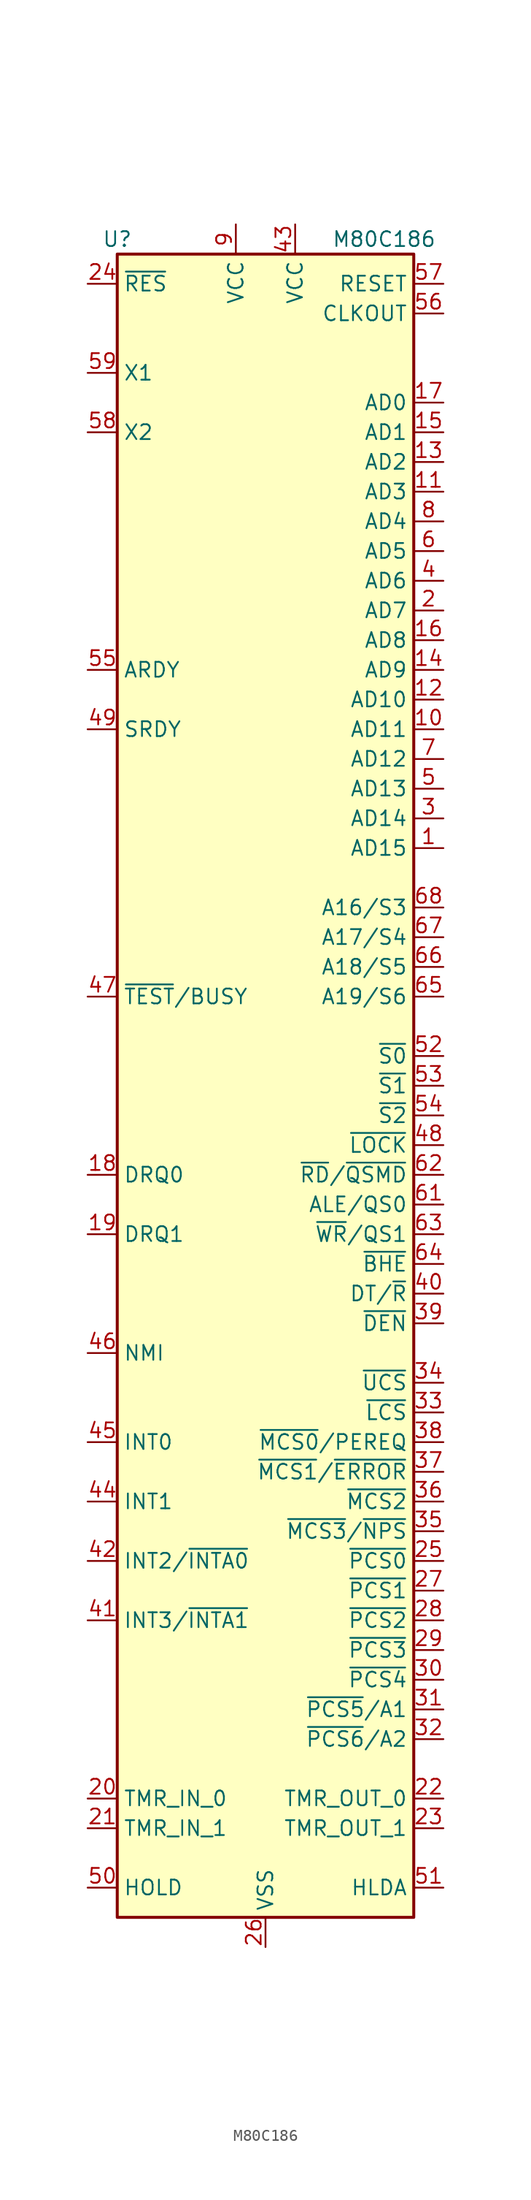
<source format=kicad_sym>
(kicad_symbol_lib
  (version 20201005)
  (generator kicad_symbol_editor)
  (symbol "MCU_Intel:M80C186"
    (property "Reference" "U"
      (at -12.7 72.39 0)
      (effects (font (size 1.27 1.27))))
    (property "Value" "M80C186"
      (at 10.16 72.39 0)
      (effects (font (size 1.27 1.27))))
    (symbol "M80C186_0_1"
      (rectangle (start 12.7 -71.12) (end -12.7 71.12) (stroke (width 0.254)) (fill (type background))))
    (symbol "M80C186_1_1"
      (pin bidirectional line (at 15.24 20.32 180) (length 2.54) (name "AD15" (effects (font (size 1.27 1.27)))) (number "1" (effects (font (size 1.27 1.27)))))
      (pin bidirectional line (at 15.24 30.48 180) (length 2.54) (name "AD11" (effects (font (size 1.27 1.27)))) (number "10" (effects (font (size 1.27 1.27)))))
      (pin bidirectional line (at 15.24 50.8 180) (length 2.54) (name "AD3" (effects (font (size 1.27 1.27)))) (number "11" (effects (font (size 1.27 1.27)))))
      (pin bidirectional line (at 15.24 33.02 180) (length 2.54) (name "AD10" (effects (font (size 1.27 1.27)))) (number "12" (effects (font (size 1.27 1.27)))))
      (pin bidirectional line (at 15.24 53.34 180) (length 2.54) (name "AD2" (effects (font (size 1.27 1.27)))) (number "13" (effects (font (size 1.27 1.27)))))
      (pin bidirectional line (at 15.24 35.56 180) (length 2.54) (name "AD9" (effects (font (size 1.27 1.27)))) (number "14" (effects (font (size 1.27 1.27)))))
      (pin bidirectional line (at 15.24 55.88 180) (length 2.54) (name "AD1" (effects (font (size 1.27 1.27)))) (number "15" (effects (font (size 1.27 1.27)))))
      (pin bidirectional line (at 15.24 38.1 180) (length 2.54) (name "AD8" (effects (font (size 1.27 1.27)))) (number "16" (effects (font (size 1.27 1.27)))))
      (pin bidirectional line (at 15.24 58.42 180) (length 2.54) (name "AD0" (effects (font (size 1.27 1.27)))) (number "17" (effects (font (size 1.27 1.27)))))
      (pin input line (at -15.24 -7.62 0) (length 2.54) (name "DRQ0" (effects (font (size 1.27 1.27)))) (number "18" (effects (font (size 1.27 1.27)))))
      (pin input line (at -15.24 -12.7 0) (length 2.54) (name "DRQ1" (effects (font (size 1.27 1.27)))) (number "19" (effects (font (size 1.27 1.27)))))
      (pin bidirectional line (at 15.24 40.64 180) (length 2.54) (name "AD7" (effects (font (size 1.27 1.27)))) (number "2" (effects (font (size 1.27 1.27)))))
      (pin input line (at -15.24 -60.96 0) (length 2.54) (name "TMR_IN_0" (effects (font (size 1.27 1.27)))) (number "20" (effects (font (size 1.27 1.27)))))
      (pin input line (at -15.24 -63.5 0) (length 2.54) (name "TMR_IN_1" (effects (font (size 1.27 1.27)))) (number "21" (effects (font (size 1.27 1.27)))))
      (pin output line (at 15.24 -60.96 180) (length 2.54) (name "TMR_OUT_0" (effects (font (size 1.27 1.27)))) (number "22" (effects (font (size 1.27 1.27)))))
      (pin output line (at 15.24 -63.5 180) (length 2.54) (name "TMR_OUT_1" (effects (font (size 1.27 1.27)))) (number "23" (effects (font (size 1.27 1.27)))))
      (pin input line (at -15.24 68.58 0) (length 2.54) (name "~RES~" (effects (font (size 1.27 1.27)))) (number "24" (effects (font (size 1.27 1.27)))))
      (pin output line (at 15.24 -40.64 180) (length 2.54) (name "~PCS0~" (effects (font (size 1.27 1.27)))) (number "25" (effects (font (size 1.27 1.27)))))
      (pin power_in line (at 0 -73.66 90) (length 2.54) (name "VSS" (effects (font (size 1.27 1.27)))) (number "26" (effects (font (size 1.27 1.27)))))
      (pin output line (at 15.24 -43.18 180) (length 2.54) (name "~PCS1~" (effects (font (size 1.27 1.27)))) (number "27" (effects (font (size 1.27 1.27)))))
      (pin output line (at 15.24 -45.72 180) (length 2.54) (name "~PCS2~" (effects (font (size 1.27 1.27)))) (number "28" (effects (font (size 1.27 1.27)))))
      (pin output line (at 15.24 -48.26 180) (length 2.54) (name "~PCS3~" (effects (font (size 1.27 1.27)))) (number "29" (effects (font (size 1.27 1.27)))))
      (pin bidirectional line (at 15.24 22.86 180) (length 2.54) (name "AD14" (effects (font (size 1.27 1.27)))) (number "3" (effects (font (size 1.27 1.27)))))
      (pin output line (at 15.24 -50.8 180) (length 2.54) (name "~PCS4~" (effects (font (size 1.27 1.27)))) (number "30" (effects (font (size 1.27 1.27)))))
      (pin output line (at 15.24 -53.34 180) (length 2.54) (name "~PCS5~/A1" (effects (font (size 1.27 1.27)))) (number "31" (effects (font (size 1.27 1.27)))))
      (pin output line (at 15.24 -55.88 180) (length 2.54) (name "~PCS6~/A2" (effects (font (size 1.27 1.27)))) (number "32" (effects (font (size 1.27 1.27)))))
      (pin output line (at 15.24 -27.94 180) (length 2.54) (name "~LCS~" (effects (font (size 1.27 1.27)))) (number "33" (effects (font (size 1.27 1.27)))))
      (pin output line (at 15.24 -25.4 180) (length 2.54) (name "~UCS~" (effects (font (size 1.27 1.27)))) (number "34" (effects (font (size 1.27 1.27)))))
      (pin output line (at 15.24 -38.1 180) (length 2.54) (name "~MCS3~/~NPS~" (effects (font (size 1.27 1.27)))) (number "35" (effects (font (size 1.27 1.27)))))
      (pin output line (at 15.24 -35.56 180) (length 2.54) (name "~MCS2~" (effects (font (size 1.27 1.27)))) (number "36" (effects (font (size 1.27 1.27)))))
      (pin bidirectional line (at 15.24 -33.02 180) (length 2.54) (name "~MCS1~/~ERROR~" (effects (font (size 1.27 1.27)))) (number "37" (effects (font (size 1.27 1.27)))))
      (pin bidirectional line (at 15.24 -30.48 180) (length 2.54) (name "~MCS0~/PEREQ" (effects (font (size 1.27 1.27)))) (number "38" (effects (font (size 1.27 1.27)))))
      (pin output line (at 15.24 -20.32 180) (length 2.54) (name "~DEN~" (effects (font (size 1.27 1.27)))) (number "39" (effects (font (size 1.27 1.27)))))
      (pin bidirectional line (at 15.24 43.18 180) (length 2.54) (name "AD6" (effects (font (size 1.27 1.27)))) (number "4" (effects (font (size 1.27 1.27)))))
      (pin output line (at 15.24 -17.78 180) (length 2.54) (name "DT/~R~" (effects (font (size 1.27 1.27)))) (number "40" (effects (font (size 1.27 1.27)))))
      (pin bidirectional line (at -15.24 -45.72 0) (length 2.54) (name "INT3/~INTA1~" (effects (font (size 1.27 1.27)))) (number "41" (effects (font (size 1.27 1.27)))))
      (pin bidirectional line (at -15.24 -40.64 0) (length 2.54) (name "INT2/~INTA0~" (effects (font (size 1.27 1.27)))) (number "42" (effects (font (size 1.27 1.27)))))
      (pin power_in line (at 2.54 73.66 270) (length 2.54) (name "VCC" (effects (font (size 1.27 1.27)))) (number "43" (effects (font (size 1.27 1.27)))))
      (pin input line (at -15.24 -35.56 0) (length 2.54) (name "INT1" (effects (font (size 1.27 1.27)))) (number "44" (effects (font (size 1.27 1.27)))))
      (pin input line (at -15.24 -30.48 0) (length 2.54) (name "INT0" (effects (font (size 1.27 1.27)))) (number "45" (effects (font (size 1.27 1.27)))))
      (pin input line (at -15.24 -22.86 0) (length 2.54) (name "NMI" (effects (font (size 1.27 1.27)))) (number "46" (effects (font (size 1.27 1.27)))))
      (pin input line (at -15.24 7.62 0) (length 2.54) (name "~TEST~/BUSY" (effects (font (size 1.27 1.27)))) (number "47" (effects (font (size 1.27 1.27)))))
      (pin output line (at 15.24 -5.08 180) (length 2.54) (name "~LOCK~" (effects (font (size 1.27 1.27)))) (number "48" (effects (font (size 1.27 1.27)))))
      (pin input line (at -15.24 30.48 0) (length 2.54) (name "SRDY" (effects (font (size 1.27 1.27)))) (number "49" (effects (font (size 1.27 1.27)))))
      (pin bidirectional line (at 15.24 25.4 180) (length 2.54) (name "AD13" (effects (font (size 1.27 1.27)))) (number "5" (effects (font (size 1.27 1.27)))))
      (pin input line (at -15.24 -68.58 0) (length 2.54) (name "HOLD" (effects (font (size 1.27 1.27)))) (number "50" (effects (font (size 1.27 1.27)))))
      (pin output line (at 15.24 -68.58 180) (length 2.54) (name "HLDA" (effects (font (size 1.27 1.27)))) (number "51" (effects (font (size 1.27 1.27)))))
      (pin output line (at 15.24 2.54 180) (length 2.54) (name "~S0~" (effects (font (size 1.27 1.27)))) (number "52" (effects (font (size 1.27 1.27)))))
      (pin output line (at 15.24 0 180) (length 2.54) (name "~S1~" (effects (font (size 1.27 1.27)))) (number "53" (effects (font (size 1.27 1.27)))))
      (pin output line (at 15.24 -2.54 180) (length 2.54) (name "~S2~" (effects (font (size 1.27 1.27)))) (number "54" (effects (font (size 1.27 1.27)))))
      (pin input line (at -15.24 35.56 0) (length 2.54) (name "ARDY" (effects (font (size 1.27 1.27)))) (number "55" (effects (font (size 1.27 1.27)))))
      (pin output line (at 15.24 66.04 180) (length 2.54) (name "CLKOUT" (effects (font (size 1.27 1.27)))) (number "56" (effects (font (size 1.27 1.27)))))
      (pin output line (at 15.24 68.58 180) (length 2.54) (name "RESET" (effects (font (size 1.27 1.27)))) (number "57" (effects (font (size 1.27 1.27)))))
      (pin output line (at -15.24 55.88 0) (length 2.54) (name "X2" (effects (font (size 1.27 1.27)))) (number "58" (effects (font (size 1.27 1.27)))))
      (pin input line (at -15.24 60.96 0) (length 2.54) (name "X1" (effects (font (size 1.27 1.27)))) (number "59" (effects (font (size 1.27 1.27)))))
      (pin bidirectional line (at 15.24 45.72 180) (length 2.54) (name "AD5" (effects (font (size 1.27 1.27)))) (number "6" (effects (font (size 1.27 1.27)))))
      (pin passive line (at 0 -73.66 90) (length 2.54) hide (name "VSS" (effects (font (size 1.27 1.27)))) (number "60" (effects (font (size 1.27 1.27)))))
      (pin output line (at 15.24 -10.16 180) (length 2.54) (name "ALE/QS0" (effects (font (size 1.27 1.27)))) (number "61" (effects (font (size 1.27 1.27)))))
      (pin output line (at 15.24 -7.62 180) (length 2.54) (name "~RD~/~QSMD~" (effects (font (size 1.27 1.27)))) (number "62" (effects (font (size 1.27 1.27)))))
      (pin output line (at 15.24 -12.7 180) (length 2.54) (name "~WR~/QS1" (effects (font (size 1.27 1.27)))) (number "63" (effects (font (size 1.27 1.27)))))
      (pin output line (at 15.24 -15.24 180) (length 2.54) (name "~BHE~" (effects (font (size 1.27 1.27)))) (number "64" (effects (font (size 1.27 1.27)))))
      (pin output line (at 15.24 7.62 180) (length 2.54) (name "A19/S6" (effects (font (size 1.27 1.27)))) (number "65" (effects (font (size 1.27 1.27)))))
      (pin output line (at 15.24 10.16 180) (length 2.54) (name "A18/S5" (effects (font (size 1.27 1.27)))) (number "66" (effects (font (size 1.27 1.27)))))
      (pin output line (at 15.24 12.7 180) (length 2.54) (name "A17/S4" (effects (font (size 1.27 1.27)))) (number "67" (effects (font (size 1.27 1.27)))))
      (pin output line (at 15.24 15.24 180) (length 2.54) (name "A16/S3" (effects (font (size 1.27 1.27)))) (number "68" (effects (font (size 1.27 1.27)))))
      (pin bidirectional line (at 15.24 27.94 180) (length 2.54) (name "AD12" (effects (font (size 1.27 1.27)))) (number "7" (effects (font (size 1.27 1.27)))))
      (pin bidirectional line (at 15.24 48.26 180) (length 2.54) (name "AD4" (effects (font (size 1.27 1.27)))) (number "8" (effects (font (size 1.27 1.27)))))
      (pin power_in line (at -2.54 73.66 270) (length 2.54) (name "VCC" (effects (font (size 1.27 1.27)))) (number "9" (effects (font (size 1.27 1.27))))))))
</source>
